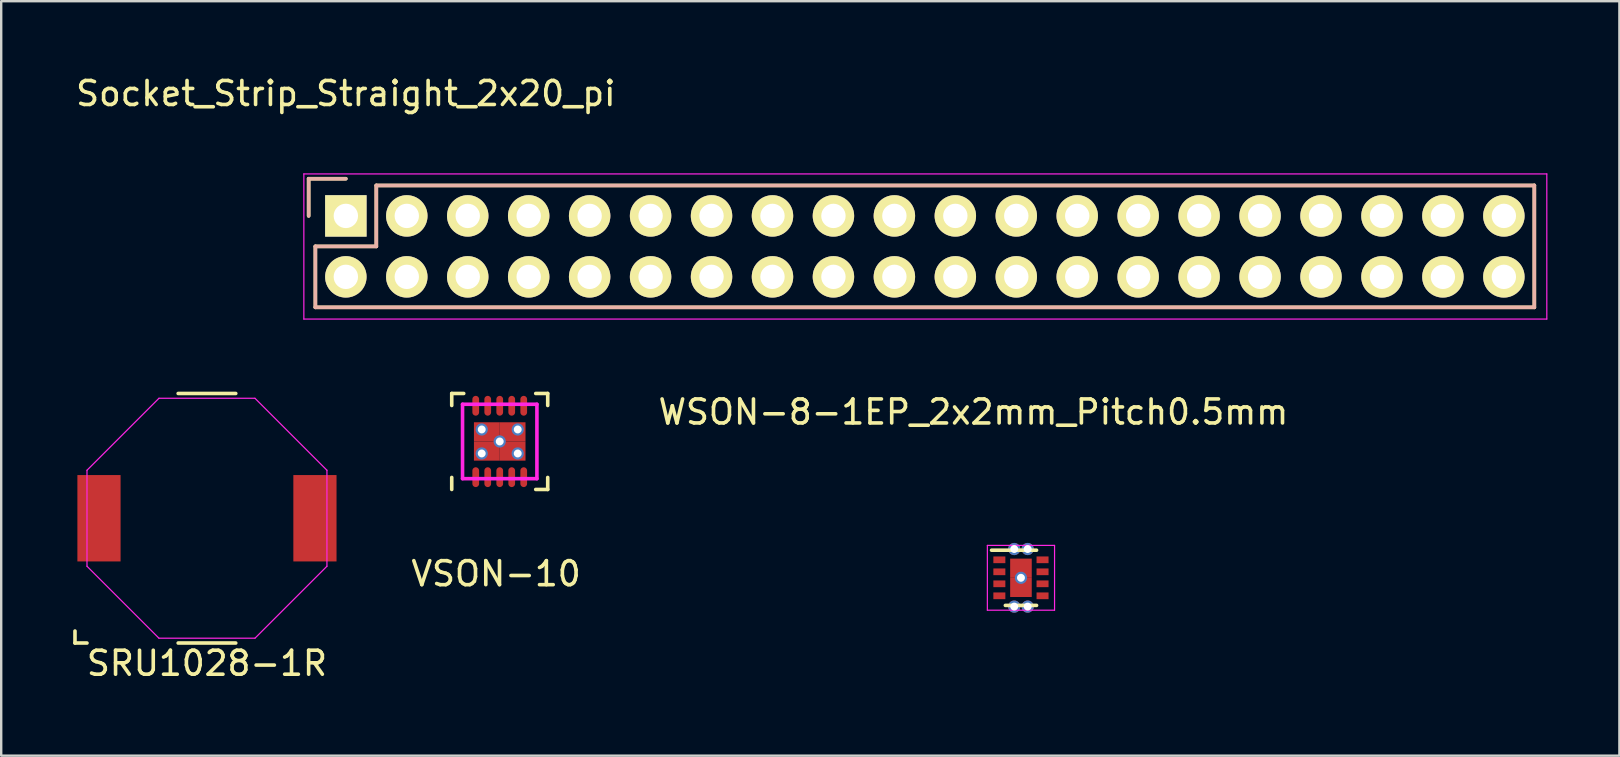
<source format=kicad_pcb>
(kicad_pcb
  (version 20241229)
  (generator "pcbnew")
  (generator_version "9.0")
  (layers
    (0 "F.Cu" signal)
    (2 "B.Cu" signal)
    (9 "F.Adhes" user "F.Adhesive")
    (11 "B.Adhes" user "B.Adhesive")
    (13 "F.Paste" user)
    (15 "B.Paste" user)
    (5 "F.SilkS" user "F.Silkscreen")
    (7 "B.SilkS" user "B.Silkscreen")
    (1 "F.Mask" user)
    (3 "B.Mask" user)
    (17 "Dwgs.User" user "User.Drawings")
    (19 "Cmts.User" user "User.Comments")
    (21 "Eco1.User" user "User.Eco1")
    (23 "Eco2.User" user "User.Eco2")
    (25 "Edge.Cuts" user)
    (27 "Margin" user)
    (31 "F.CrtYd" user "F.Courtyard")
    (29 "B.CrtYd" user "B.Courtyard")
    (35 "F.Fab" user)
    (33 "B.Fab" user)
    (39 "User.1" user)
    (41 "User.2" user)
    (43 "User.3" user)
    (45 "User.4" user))
  (footprint "WSON-8-1EP_2x2mm_Pitch0.5mm"
    (layer "F.Cu")
    (at 39.498 21.03)
    (property "Reference" "WSON-8-1EP_2x2mm_Pitch0.5mm" (at -1.981 -6.909 0) (layer "F.SilkS") (effects (font (size 1 1) (thickness 0.15))))
    (attr smd)
    (fp_line (start -0.279 -0.178) (end 0.229 -0.178) (stroke (width 0.15) (type solid)) (layer "F.Mask"))
    (fp_line (start 0.229 -0.279) (end -0.229 -0.279) (stroke (width 0.15) (type solid)) (layer "F.Mask"))
    (fp_line (start 0.229 -0.178) (end 0.229 -0.279) (stroke (width 0.15) (type solid)) (layer "F.Mask"))
    (fp_line (start -1.225 -1.15) (end 0.65 -1.15) (stroke (width 0.15) (type solid)) (layer "F.SilkS"))
    (fp_line (start -0.65 1.15) (end 0.65 1.15) (stroke (width 0.15) (type solid)) (layer "F.SilkS"))
    (fp_line (start -1.4 -1.35) (end -1.4 1.35) (stroke (width 0.05) (type solid)) (layer "F.CrtYd"))
    (fp_line (start -1.4 -1.35) (end 1.4 -1.35) (stroke (width 0.05) (type solid)) (layer "F.CrtYd"))
    (fp_line (start -1.4 1.35) (end 1.4 1.35) (stroke (width 0.05) (type solid)) (layer "F.CrtYd"))
    (fp_line (start 1.4 -1.35) (end 1.4 1.35) (stroke (width 0.05) (type solid)) (layer "F.CrtYd"))
    (pad "1" smd rect (at -0.9 -0.75) (size 0.5 0.28) (layers "F.Cu" "F.Mask" "F.Paste"))
    (pad "2" smd rect (at -0.9 -0.25) (size 0.5 0.28) (layers "F.Cu" "F.Mask" "F.Paste"))
    (pad "3" smd rect (at -0.9 0.25) (size 0.5 0.28) (layers "F.Cu" "F.Mask" "F.Paste"))
    (pad "4" smd rect (at -0.9 0.75) (size 0.5 0.28) (layers "F.Cu" "F.Mask" "F.Paste"))
    (pad "5" smd rect (at 0.9 0.75) (size 0.5 0.28) (layers "F.Cu" "F.Mask" "F.Paste"))
    (pad "6" smd rect (at 0.9 0.25) (size 0.5 0.28) (layers "F.Cu" "F.Mask" "F.Paste"))
    (pad "7" smd rect (at 0.9 -0.25) (size 0.5 0.28) (layers "F.Cu" "F.Mask" "F.Paste"))
    (pad "8" smd rect (at 0.9 -0.75) (size 0.5 0.28) (layers "F.Cu" "F.Mask" "F.Paste"))
    (pad "9" thru_hole circle (at -0.28 -1.2) (size 0.508 0.508) (drill 0.33) (layers "*.Cu"))
    (pad "9" thru_hole circle (at -0.28 1.2) (size 0.508 0.508) (drill 0.33) (layers "*.Cu"))
    (pad "9" smd rect (at 0 -0.4) (size 0.9 0.8) (layers "F.Cu" "F.Mask" "F.Paste"))
    (pad "9" thru_hole circle (at 0 0) (size 0.508 0.508) (drill 0.33) (layers "*.Cu" "F.Paste"))
    (pad "9" smd rect (at 0 0.4) (size 0.9 0.8) (layers "F.Cu" "F.Mask" "F.Paste"))
    (pad "9" thru_hole circle (at 0.28 -1.2) (size 0.508 0.508) (drill 0.33) (layers "*.Cu"))
    (pad "9" thru_hole circle (at 0.28 1.2) (size 0.508 0.508) (drill 0.33) (layers "*.Cu")))
  (footprint "Socket_Strip_Straight_2x20_pi"
    (layer "F.Cu")
    (at 35.493 7.218)
    (property "Reference" "Socket_Strip_Straight_2x20_pi" (at -24.13 -6.37 0) (layer "F.SilkS") (effects (font (size 1 1) (thickness 0.15))))
    (attr through_hole)
    (fp_line (start -25.68 -2.82) (end -25.68 -1.27) (stroke (width 0.15) (type solid)) (layer "F.SilkS"))
    (fp_line (start -25.4 0) (end -22.86 0) (stroke (width 0.15) (type solid)) (layer "F.SilkS"))
    (fp_line (start -25.4 2.54) (end -25.4 0) (stroke (width 0.15) (type solid)) (layer "F.SilkS"))
    (fp_line (start -24.13 -2.82) (end -25.68 -2.82) (stroke (width 0.15) (type solid)) (layer "F.SilkS"))
    (fp_line (start -22.86 -2.54) (end 25.4 -2.54) (stroke (width 0.15) (type solid)) (layer "F.SilkS"))
    (fp_line (start -22.86 0) (end -22.86 -2.54) (stroke (width 0.15) (type solid)) (layer "F.SilkS"))
    (fp_line (start 25.4 2.54) (end -25.4 2.54) (stroke (width 0.15) (type solid)) (layer "F.SilkS"))
    (fp_line (start 25.4 2.54) (end 25.4 -2.54) (stroke (width 0.15) (type solid)) (layer "F.SilkS"))
    (fp_line (start -25.68 -2.82) (end -25.68 -1.27) (stroke (width 0.15) (type solid)) (layer "B.SilkS"))
    (fp_line (start -25.4 0) (end -22.86 0) (stroke (width 0.15) (type solid)) (layer "B.SilkS"))
    (fp_line (start -25.4 2.54) (end -25.4 0) (stroke (width 0.15) (type solid)) (layer "B.SilkS"))
    (fp_line (start -24.13 -2.82) (end -25.68 -2.82) (stroke (width 0.15) (type solid)) (layer "B.SilkS"))
    (fp_line (start -22.86 -2.54) (end 25.4 -2.54) (stroke (width 0.15) (type solid)) (layer "B.SilkS"))
    (fp_line (start -22.86 0) (end -22.86 -2.54) (stroke (width 0.15) (type solid)) (layer "B.SilkS"))
    (fp_line (start 25.4 2.54) (end -25.4 2.54) (stroke (width 0.15) (type solid)) (layer "B.SilkS"))
    (fp_line (start 25.4 2.54) (end 25.4 -2.54) (stroke (width 0.15) (type solid)) (layer "B.SilkS"))
    (fp_line (start -25.88 -3.02) (end -25.88 3.03) (stroke (width 0.05) (type solid)) (layer "F.CrtYd"))
    (fp_line (start -25.88 -3.02) (end 25.92 -3.02) (stroke (width 0.05) (type solid)) (layer "F.CrtYd"))
    (fp_line (start -25.88 3.03) (end 25.92 3.03) (stroke (width 0.05) (type solid)) (layer "F.CrtYd"))
    (fp_line (start 25.92 -3.02) (end 25.92 3.03) (stroke (width 0.05) (type solid)) (layer "F.CrtYd"))
    (pad "1" thru_hole rect (at -24.13 -1.27) (size 1.727 1.727) (drill 1.016) (layers "*.Cu" "*.Mask" "F.SilkS"))
    (pad "2" thru_hole oval (at -24.13 1.27) (size 1.727 1.727) (drill 1.016) (layers "*.Cu" "*.Mask" "F.SilkS"))
    (pad "3" thru_hole oval (at -21.59 -1.27) (size 1.727 1.727) (drill 1.016) (layers "*.Cu" "*.Mask" "F.SilkS"))
    (pad "4" thru_hole oval (at -21.59 1.27) (size 1.727 1.727) (drill 1.016) (layers "*.Cu" "*.Mask" "F.SilkS"))
    (pad "5" thru_hole oval (at -19.05 -1.27) (size 1.727 1.727) (drill 1.016) (layers "*.Cu" "*.Mask" "F.SilkS"))
    (pad "6" thru_hole oval (at -19.05 1.27) (size 1.727 1.727) (drill 1.016) (layers "*.Cu" "*.Mask" "F.SilkS"))
    (pad "7" thru_hole oval (at -16.51 -1.27) (size 1.727 1.727) (drill 1.016) (layers "*.Cu" "*.Mask" "F.SilkS"))
    (pad "8" thru_hole oval (at -16.51 1.27) (size 1.727 1.727) (drill 1.016) (layers "*.Cu" "*.Mask" "F.SilkS"))
    (pad "9" thru_hole oval (at -13.97 -1.27) (size 1.727 1.727) (drill 1.016) (layers "*.Cu" "*.Mask" "F.SilkS"))
    (pad "10" thru_hole oval (at -13.97 1.27) (size 1.727 1.727) (drill 1.016) (layers "*.Cu" "*.Mask" "F.SilkS"))
    (pad "11" thru_hole oval (at -11.43 -1.27) (size 1.727 1.727) (drill 1.016) (layers "*.Cu" "*.Mask" "F.SilkS"))
    (pad "12" thru_hole oval (at -11.43 1.27) (size 1.727 1.727) (drill 1.016) (layers "*.Cu" "*.Mask" "F.SilkS"))
    (pad "13" thru_hole oval (at -8.89 -1.27) (size 1.727 1.727) (drill 1.016) (layers "*.Cu" "*.Mask" "F.SilkS"))
    (pad "14" thru_hole oval (at -8.89 1.27) (size 1.727 1.727) (drill 1.016) (layers "*.Cu" "*.Mask" "F.SilkS"))
    (pad "15" thru_hole oval (at -6.35 -1.27) (size 1.727 1.727) (drill 1.016) (layers "*.Cu" "*.Mask" "F.SilkS"))
    (pad "16" thru_hole oval (at -6.35 1.27) (size 1.727 1.727) (drill 1.016) (layers "*.Cu" "*.Mask" "F.SilkS"))
    (pad "17" thru_hole oval (at -3.81 -1.27) (size 1.727 1.727) (drill 1.016) (layers "*.Cu" "*.Mask" "F.SilkS"))
    (pad "18" thru_hole oval (at -3.81 1.27) (size 1.727 1.727) (drill 1.016) (layers "*.Cu" "*.Mask" "F.SilkS"))
    (pad "19" thru_hole oval (at -1.27 -1.27) (size 1.727 1.727) (drill 1.016) (layers "*.Cu" "*.Mask" "F.SilkS"))
    (pad "20" thru_hole oval (at -1.27 1.27) (size 1.727 1.727) (drill 1.016) (layers "*.Cu" "*.Mask" "F.SilkS"))
    (pad "21" thru_hole oval (at 1.27 -1.27) (size 1.727 1.727) (drill 1.016) (layers "*.Cu" "*.Mask" "F.SilkS"))
    (pad "22" thru_hole oval (at 1.27 1.27) (size 1.727 1.727) (drill 1.016) (layers "*.Cu" "*.Mask" "F.SilkS"))
    (pad "23" thru_hole oval (at 3.81 -1.27) (size 1.727 1.727) (drill 1.016) (layers "*.Cu" "*.Mask" "F.SilkS"))
    (pad "24" thru_hole oval (at 3.81 1.27) (size 1.727 1.727) (drill 1.016) (layers "*.Cu" "*.Mask" "F.SilkS"))
    (pad "25" thru_hole oval (at 6.35 -1.27) (size 1.727 1.727) (drill 1.016) (layers "*.Cu" "*.Mask" "F.SilkS"))
    (pad "26" thru_hole oval (at 6.35 1.27) (size 1.727 1.727) (drill 1.016) (layers "*.Cu" "*.Mask" "F.SilkS"))
    (pad "27" thru_hole oval (at 8.89 -1.27) (size 1.727 1.727) (drill 1.016) (layers "*.Cu" "*.Mask" "F.SilkS"))
    (pad "28" thru_hole oval (at 8.89 1.27) (size 1.727 1.727) (drill 1.016) (layers "*.Cu" "*.Mask" "F.SilkS"))
    (pad "29" thru_hole oval (at 11.43 -1.27) (size 1.727 1.727) (drill 1.016) (layers "*.Cu" "*.Mask" "F.SilkS"))
    (pad "30" thru_hole oval (at 11.43 1.27) (size 1.727 1.727) (drill 1.016) (layers "*.Cu" "*.Mask" "F.SilkS"))
    (pad "31" thru_hole oval (at 13.97 -1.27) (size 1.727 1.727) (drill 1.016) (layers "*.Cu" "*.Mask" "F.SilkS"))
    (pad "32" thru_hole oval (at 13.97 1.27) (size 1.727 1.727) (drill 1.016) (layers "*.Cu" "*.Mask" "F.SilkS"))
    (pad "33" thru_hole oval (at 16.51 -1.27) (size 1.727 1.727) (drill 1.016) (layers "*.Cu" "*.Mask" "F.SilkS"))
    (pad "34" thru_hole oval (at 16.51 1.27) (size 1.727 1.727) (drill 1.016) (layers "*.Cu" "*.Mask" "F.SilkS"))
    (pad "35" thru_hole oval (at 19.05 -1.27) (size 1.727 1.727) (drill 1.016) (layers "*.Cu" "*.Mask" "F.SilkS"))
    (pad "36" thru_hole oval (at 19.05 1.27) (size 1.727 1.727) (drill 1.016) (layers "*.Cu" "*.Mask" "F.SilkS"))
    (pad "37" thru_hole oval (at 21.59 -1.27) (size 1.727 1.727) (drill 1.016) (layers "*.Cu" "*.Mask" "F.SilkS"))
    (pad "38" thru_hole oval (at 21.59 1.27) (size 1.727 1.727) (drill 1.016) (layers "*.Cu" "*.Mask" "F.SilkS"))
    (pad "39" thru_hole oval (at 24.13 -1.27) (size 1.727 1.727) (drill 1.016) (layers "*.Cu" "*.Mask" "F.SilkS"))
    (pad "40" thru_hole oval (at 24.13 1.27) (size 1.727 1.727) (drill 1.016) (layers "*.Cu" "*.Mask" "F.SilkS")))
  (footprint "SRU1028-1R"
    (layer "F.Cu")
    (at 5.575 18.548)
    (property "Reference" "SRU1028-1R" (at 0 6.045 0) (layer "F.SilkS") (effects (font (size 1 1) (thickness 0.15))))
    (attr smd)
    (fp_line (start -5.5 4.7) (end -5.5 5.2) (stroke (width 0.15) (type solid)) (layer "F.SilkS"))
    (fp_line (start -5 5.2) (end -5.5 5.2) (stroke (width 0.15) (type solid)) (layer "F.SilkS"))
    (fp_line (start -1.2 -5.2) (end 1.2 -5.2) (stroke (width 0.15) (type solid)) (layer "F.SilkS"))
    (fp_line (start 1.2 5.2) (end -1.2 5.2) (stroke (width 0.15) (type solid)) (layer "F.SilkS"))
    (fp_line (start -5 -2) (end -5 2) (stroke (width 0.05) (type solid)) (layer "F.CrtYd"))
    (fp_line (start -5 2) (end -2 5) (stroke (width 0.05) (type solid)) (layer "F.CrtYd"))
    (fp_line (start -2 -5) (end -5 -2) (stroke (width 0.05) (type solid)) (layer "F.CrtYd"))
    (fp_line (start -2 -5) (end 2 -5) (stroke (width 0.05) (type solid)) (layer "F.CrtYd"))
    (fp_line (start -2 5) (end 2 5) (stroke (width 0.05) (type solid)) (layer "F.CrtYd"))
    (fp_line (start 2 -5) (end 5 -2) (stroke (width 0.05) (type solid)) (layer "F.CrtYd"))
    (fp_line (start 5 -2) (end 5 2) (stroke (width 0.05) (type solid)) (layer "F.CrtYd"))
    (fp_line (start 5 2) (end 2 5) (stroke (width 0.05) (type solid)) (layer "F.CrtYd"))
    (pad "1" smd rect (at -4.5 0) (size 1.8 3.6) (layers "F.Cu" "F.Mask" "F.Paste"))
    (pad "2" smd rect (at 4.5 0) (size 1.8 3.6) (layers "F.Cu" "F.Mask" "F.Paste")))
  (footprint "VSON-10"
    (layer "F.Cu")
    (at 17.776 15.348)
    (property "Reference" "VSON-10" (at -0.152 5.512 0) (layer "F.SilkS") (effects (font (size 1 1) (thickness 0.15))))
    (attr through_hole)
    (fp_line (start -2 -2) (end -2 -1.5) (stroke (width 0.15) (type solid)) (layer "F.SilkS"))
    (fp_line (start -2 1.5) (end -2 2) (stroke (width 0.15) (type solid)) (layer "F.SilkS"))
    (fp_line (start -1.5 -2) (end -2 -2) (stroke (width 0.15) (type solid)) (layer "F.SilkS"))
    (fp_line (start 1.5 2) (end 2 2) (stroke (width 0.15) (type solid)) (layer "F.SilkS"))
    (fp_line (start 2 -2) (end 1.5 -2) (stroke (width 0.15) (type solid)) (layer "F.SilkS"))
    (fp_line (start 2 -1.5) (end 2 -2) (stroke (width 0.15) (type solid)) (layer "F.SilkS"))
    (fp_line (start 2 2) (end 2 1.5) (stroke (width 0.15) (type solid)) (layer "F.SilkS"))
    (fp_line (start -1.55 -1.55) (end -1.55 1.55) (stroke (width 0.15) (type solid)) (layer "F.CrtYd"))
    (fp_line (start -1.55 -1.55) (end 1.55 -1.55) (stroke (width 0.15) (type solid)) (layer "F.CrtYd"))
    (fp_line (start -1.55 1.55) (end 1.55 1.55) (stroke (width 0.15) (type solid)) (layer "F.CrtYd"))
    (fp_line (start 1.55 -1.55) (end 1.55 1.55) (stroke (width 0.15) (type solid)) (layer "F.CrtYd"))
    (pad "1" smd oval (at -1 1.488) (size 0.28 0.825) (layers "F.Cu" "F.Mask" "F.Paste"))
    (pad "2" smd oval (at -0.5 1.488) (size 0.28 0.825) (layers "F.Cu" "F.Mask" "F.Paste"))
    (pad "3" smd oval (at 0 1.488) (size 0.28 0.825) (layers "F.Cu" "F.Mask" "F.Paste"))
    (pad "4" smd oval (at 0.5 1.488) (size 0.28 0.825) (layers "F.Cu" "F.Mask" "F.Paste"))
    (pad "5" smd oval (at 1 1.488) (size 0.28 0.825) (layers "F.Cu" "F.Mask" "F.Paste"))
    (pad "6" smd oval (at 1 -1.488) (size 0.28 0.825) (layers "F.Cu" "F.Mask" "F.Paste"))
    (pad "7" smd oval (at 0.5 -1.488) (size 0.28 0.825) (layers "F.Cu" "F.Mask" "F.Paste"))
    (pad "8" smd oval (at 0 -1.488) (size 0.28 0.825) (layers "F.Cu" "F.Mask" "F.Paste"))
    (pad "9" smd oval (at -0.5 -1.488) (size 0.28 0.825) (layers "F.Cu" "F.Mask" "F.Paste"))
    (pad "10" smd oval (at -1 -1.488) (size 0.28 0.825) (layers "F.Cu" "F.Mask" "F.Paste"))
    (pad "11" thru_hole circle (at -0.75 -0.5) (size 0.508 0.508) (drill 0.33) (layers "*.Cu" "F.Paste"))
    (pad "11" thru_hole circle (at -0.75 0.5) (size 0.508 0.508) (drill 0.33) (layers "*.Cu" "F.Paste"))
    (pad "11" smd rect (at -0.537 -0.4) (size 1.075 0.8) (layers "F.Cu" "F.Mask" "F.Paste"))
    (pad "11" smd rect (at -0.537 0.4) (size 1.075 0.8) (layers "F.Cu" "F.Mask" "F.Paste"))
    (pad "11" thru_hole circle (at 0 0) (size 0.508 0.508) (drill 0.33) (layers "*.Cu" "F.Mask" "F.Paste"))
    (pad "11" smd rect (at 0.537 -0.4) (size 1.075 0.8) (layers "F.Cu" "F.Mask" "F.Paste"))
    (pad "11" smd rect (at 0.537 0.4) (size 1.075 0.8) (layers "F.Cu" "F.Mask" "F.Paste"))
    (pad "11" thru_hole circle (at 0.75 -0.5) (size 0.508 0.508) (drill 0.33) (layers "*.Cu" "F.Paste"))
    (pad "11" thru_hole circle (at 0.75 0.5) (size 0.508 0.508) (drill 0.33) (layers "*.Cu" "F.Paste")))
  (gr_rect
    (start -3 -3)
    (end 64.438 28.442)
    (stroke (width 0.1) (type default))
    (fill no)
    (layer "Edge.Cuts")))
</source>
